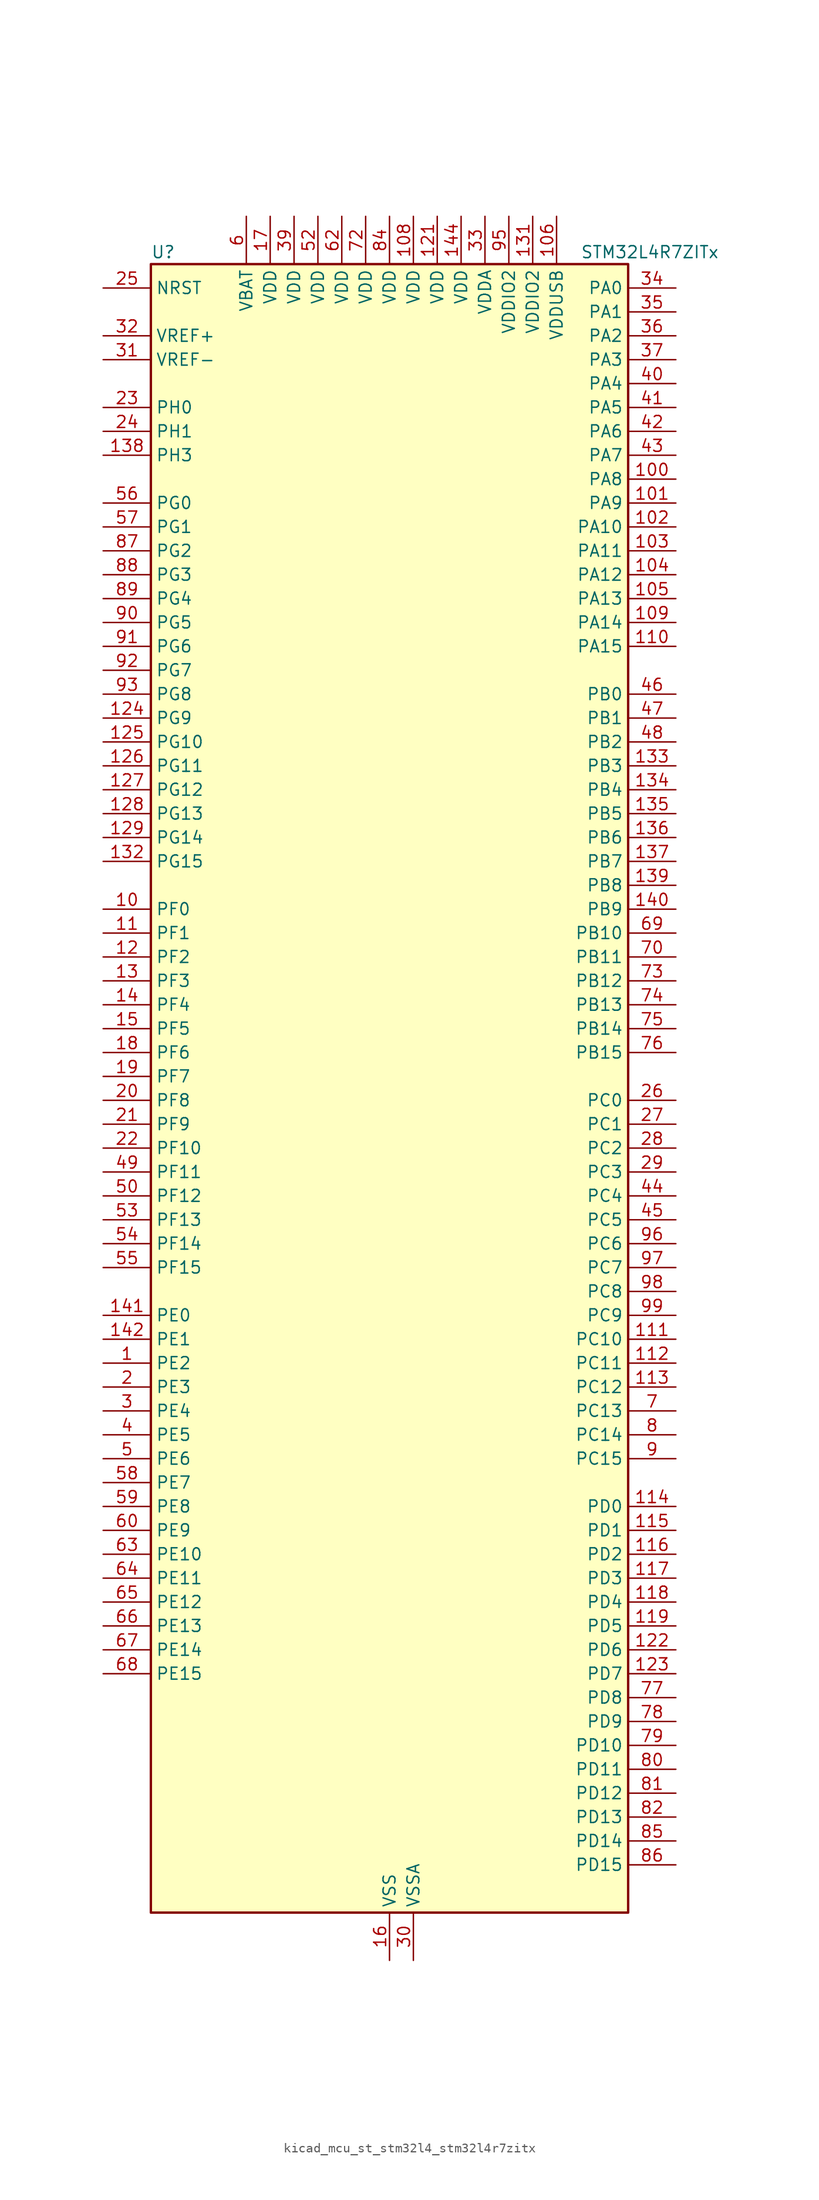
<source format=kicad_sym>
(kicad_symbol_lib
  (version 20220914)
  (generator kicad_symbol_editor)
  (symbol "kicad_mcu_st_stm32l4_stm32l4r7zitx"
    (property "Reference" "U"
      (at -25.4 90.17 0)
      (effects (font (size 1.27 1.27)) (justify left)))
    (property "Value" "STM32L4R7ZITx"
      (at 20.32 90.17 0)
      (effects (font (size 1.27 1.27)) (justify left)))
    (property "ki_locked" ""
      (at 0 0 0)
      (effects (font (size 1.27 1.27))))
    (symbol "kicad_mcu_st_stm32l4_stm32l4r7zitx_0_1"
      (rectangle (start -25.4 -86.36) (end 25.4 88.9) (stroke (width 0.254) (type default)) (fill (type background))))
    (symbol "kicad_mcu_st_stm32l4_stm32l4r7zitx_1_1"
      (pin bidirectional line (at -30.48 -27.94 0) (length 5.08) (name "PE2" (effects (font (size 1.27 1.27)))) (number "1" (effects (font (size 1.27 1.27)))) (alternate "FMC_A23" bidirectional line) (alternate "LTDC_R0" bidirectional line) (alternate "SAI1_CK1" bidirectional line) (alternate "SAI1_MCLK_A" bidirectional line) (alternate "SYS_TRACECLK" bidirectional line) (alternate "TIM3_ETR" bidirectional line) (alternate "TSC_G7_IO1" bidirectional line))
      (pin bidirectional line (at -30.48 20.32 0) (length 5.08) (name "PF0" (effects (font (size 1.27 1.27)))) (number "10" (effects (font (size 1.27 1.27)))) (alternate "FMC_A0" bidirectional line) (alternate "I2C2_SDA" bidirectional line) (alternate "OCTOSPIM_P2_IO0" bidirectional line))
      (pin bidirectional line (at 30.48 66.04 180) (length 5.08) (name "PA8" (effects (font (size 1.27 1.27)))) (number "100" (effects (font (size 1.27 1.27)))) (alternate "LPTIM2_OUT" bidirectional line) (alternate "RCC_MCO" bidirectional line) (alternate "SAI1_CK2" bidirectional line) (alternate "SAI1_SCK_A" bidirectional line) (alternate "TIM1_CH1" bidirectional line) (alternate "USART1_CK" bidirectional line) (alternate "USB_OTG_FS_SOF" bidirectional line))
      (pin bidirectional line (at 30.48 63.5 180) (length 5.08) (name "PA9" (effects (font (size 1.27 1.27)))) (number "101" (effects (font (size 1.27 1.27)))) (alternate "DAC1_EXTI9" bidirectional line) (alternate "DCMI_D0" bidirectional line) (alternate "SAI1_FS_A" bidirectional line) (alternate "SPI2_SCK" bidirectional line) (alternate "TIM15_BKIN" bidirectional line) (alternate "TIM1_CH2" bidirectional line) (alternate "USART1_TX" bidirectional line) (alternate "USB_OTG_FS_VBUS" bidirectional line))
      (pin bidirectional line (at 30.48 60.96 180) (length 5.08) (name "PA10" (effects (font (size 1.27 1.27)))) (number "102" (effects (font (size 1.27 1.27)))) (alternate "DCMI_D1" bidirectional line) (alternate "SAI1_D1" bidirectional line) (alternate "SAI1_SD_A" bidirectional line) (alternate "TIM17_BKIN" bidirectional line) (alternate "TIM1_CH3" bidirectional line) (alternate "USART1_RX" bidirectional line) (alternate "USB_OTG_FS_ID" bidirectional line))
      (pin bidirectional line (at 30.48 58.42 180) (length 5.08) (name "PA11" (effects (font (size 1.27 1.27)))) (number "103" (effects (font (size 1.27 1.27)))) (alternate "ADC1_EXTI11" bidirectional line) (alternate "CAN1_RX" bidirectional line) (alternate "SPI1_MISO" bidirectional line) (alternate "TIM1_BKIN2" bidirectional line) (alternate "TIM1_CH4" bidirectional line) (alternate "USART1_CTS" bidirectional line) (alternate "USART1_NSS" bidirectional line) (alternate "USB_OTG_FS_DM" bidirectional line))
      (pin bidirectional line (at 30.48 55.88 180) (length 5.08) (name "PA12" (effects (font (size 1.27 1.27)))) (number "104" (effects (font (size 1.27 1.27)))) (alternate "CAN1_TX" bidirectional line) (alternate "SPI1_MOSI" bidirectional line) (alternate "TIM1_ETR" bidirectional line) (alternate "USART1_DE" bidirectional line) (alternate "USART1_RTS" bidirectional line) (alternate "USB_OTG_FS_DP" bidirectional line))
      (pin bidirectional line (at 30.48 53.34 180) (length 5.08) (name "PA13" (effects (font (size 1.27 1.27)))) (number "105" (effects (font (size 1.27 1.27)))) (alternate "IR_OUT" bidirectional line) (alternate "SAI1_SD_B" bidirectional line) (alternate "SYS_JTMS-SWDIO" bidirectional line) (alternate "USB_OTG_FS_NOE" bidirectional line))
      (pin power_in line (at 17.78 93.98 270) (length 5.08) (name "VDDUSB" (effects (font (size 1.27 1.27)))) (number "106" (effects (font (size 1.27 1.27)))))
      (pin passive line (at 0 -91.44 90) (length 5.08) hide (name "VSS" (effects (font (size 1.27 1.27)))) (number "107" (effects (font (size 1.27 1.27)))))
      (pin power_in line (at 2.54 93.98 270) (length 5.08) (name "VDD" (effects (font (size 1.27 1.27)))) (number "108" (effects (font (size 1.27 1.27)))))
      (pin bidirectional line (at 30.48 50.8 180) (length 5.08) (name "PA14" (effects (font (size 1.27 1.27)))) (number "109" (effects (font (size 1.27 1.27)))) (alternate "I2C1_SMBA" bidirectional line) (alternate "I2C4_SMBA" bidirectional line) (alternate "LPTIM1_OUT" bidirectional line) (alternate "SAI1_FS_B" bidirectional line) (alternate "SYS_JTCK-SWCLK" bidirectional line) (alternate "USB_OTG_FS_SOF" bidirectional line))
      (pin bidirectional line (at -30.48 17.78 0) (length 5.08) (name "PF1" (effects (font (size 1.27 1.27)))) (number "11" (effects (font (size 1.27 1.27)))) (alternate "FMC_A1" bidirectional line) (alternate "I2C2_SCL" bidirectional line) (alternate "OCTOSPIM_P2_IO1" bidirectional line))
      (pin bidirectional line (at 30.48 48.26 180) (length 5.08) (name "PA15" (effects (font (size 1.27 1.27)))) (number "110" (effects (font (size 1.27 1.27)))) (alternate "ADC1_EXTI15" bidirectional line) (alternate "SAI2_FS_B" bidirectional line) (alternate "SPI1_NSS" bidirectional line) (alternate "SPI3_NSS" bidirectional line) (alternate "SYS_JTDI" bidirectional line) (alternate "TIM2_CH1" bidirectional line) (alternate "TIM2_ETR" bidirectional line) (alternate "TSC_G3_IO1" bidirectional line) (alternate "UART4_DE" bidirectional line) (alternate "UART4_RTS" bidirectional line) (alternate "USART2_RX" bidirectional line) (alternate "USART3_DE" bidirectional line) (alternate "USART3_RTS" bidirectional line))
      (pin bidirectional line (at 30.48 -25.4 180) (length 5.08) (name "PC10" (effects (font (size 1.27 1.27)))) (number "111" (effects (font (size 1.27 1.27)))) (alternate "DCMI_D8" bidirectional line) (alternate "SAI2_SCK_B" bidirectional line) (alternate "SDMMC1_D2" bidirectional line) (alternate "SPI3_SCK" bidirectional line) (alternate "SYS_TRACED1" bidirectional line) (alternate "TSC_G3_IO2" bidirectional line) (alternate "UART4_TX" bidirectional line) (alternate "USART3_TX" bidirectional line))
      (pin bidirectional line (at 30.48 -27.94 180) (length 5.08) (name "PC11" (effects (font (size 1.27 1.27)))) (number "112" (effects (font (size 1.27 1.27)))) (alternate "ADC1_EXTI11" bidirectional line) (alternate "DCMI_D2" bidirectional line) (alternate "DCMI_D4" bidirectional line) (alternate "OCTOSPIM_P1_NCS" bidirectional line) (alternate "SAI2_MCLK_B" bidirectional line) (alternate "SDMMC1_D3" bidirectional line) (alternate "SPI3_MISO" bidirectional line) (alternate "TSC_G3_IO3" bidirectional line) (alternate "UART4_RX" bidirectional line) (alternate "USART3_RX" bidirectional line))
      (pin bidirectional line (at 30.48 -30.48 180) (length 5.08) (name "PC12" (effects (font (size 1.27 1.27)))) (number "113" (effects (font (size 1.27 1.27)))) (alternate "DCMI_D9" bidirectional line) (alternate "SAI2_SD_B" bidirectional line) (alternate "SDMMC1_CK" bidirectional line) (alternate "SPI3_MOSI" bidirectional line) (alternate "SYS_TRACED3" bidirectional line) (alternate "TSC_G3_IO4" bidirectional line) (alternate "UART5_TX" bidirectional line) (alternate "USART3_CK" bidirectional line))
      (pin bidirectional line (at 30.48 -43.18 180) (length 5.08) (name "PD0" (effects (font (size 1.27 1.27)))) (number "114" (effects (font (size 1.27 1.27)))) (alternate "CAN1_RX" bidirectional line) (alternate "DFSDM1_DATIN7" bidirectional line) (alternate "FMC_D2" bidirectional line) (alternate "FMC_DA2" bidirectional line) (alternate "LTDC_B4" bidirectional line) (alternate "SPI2_NSS" bidirectional line))
      (pin bidirectional line (at 30.48 -45.72 180) (length 5.08) (name "PD1" (effects (font (size 1.27 1.27)))) (number "115" (effects (font (size 1.27 1.27)))) (alternate "CAN1_TX" bidirectional line) (alternate "DFSDM1_CKIN7" bidirectional line) (alternate "FMC_D3" bidirectional line) (alternate "FMC_DA3" bidirectional line) (alternate "LTDC_B5" bidirectional line) (alternate "SPI2_SCK" bidirectional line))
      (pin bidirectional line (at 30.48 -48.26 180) (length 5.08) (name "PD2" (effects (font (size 1.27 1.27)))) (number "116" (effects (font (size 1.27 1.27)))) (alternate "DCMI_D11" bidirectional line) (alternate "SDMMC1_CMD" bidirectional line) (alternate "SYS_TRACED2" bidirectional line) (alternate "TIM3_ETR" bidirectional line) (alternate "TSC_SYNC" bidirectional line) (alternate "UART5_RX" bidirectional line) (alternate "USART3_DE" bidirectional line) (alternate "USART3_RTS" bidirectional line))
      (pin bidirectional line (at 30.48 -50.8 180) (length 5.08) (name "PD3" (effects (font (size 1.27 1.27)))) (number "117" (effects (font (size 1.27 1.27)))) (alternate "DCMI_D5" bidirectional line) (alternate "DFSDM1_DATIN0" bidirectional line) (alternate "FMC_CLK" bidirectional line) (alternate "LTDC_CLK" bidirectional line) (alternate "OCTOSPIM_P2_NCS" bidirectional line) (alternate "SPI2_MISO" bidirectional line) (alternate "SPI2_SCK" bidirectional line) (alternate "USART2_CTS" bidirectional line) (alternate "USART2_NSS" bidirectional line))
      (pin bidirectional line (at 30.48 -53.34 180) (length 5.08) (name "PD4" (effects (font (size 1.27 1.27)))) (number "118" (effects (font (size 1.27 1.27)))) (alternate "DFSDM1_CKIN0" bidirectional line) (alternate "FMC_NOE" bidirectional line) (alternate "OCTOSPIM_P1_IO4" bidirectional line) (alternate "SPI2_MOSI" bidirectional line) (alternate "USART2_DE" bidirectional line) (alternate "USART2_RTS" bidirectional line))
      (pin bidirectional line (at 30.48 -55.88 180) (length 5.08) (name "PD5" (effects (font (size 1.27 1.27)))) (number "119" (effects (font (size 1.27 1.27)))) (alternate "FMC_NWE" bidirectional line) (alternate "OCTOSPIM_P1_IO5" bidirectional line) (alternate "USART2_TX" bidirectional line))
      (pin bidirectional line (at -30.48 15.24 0) (length 5.08) (name "PF2" (effects (font (size 1.27 1.27)))) (number "12" (effects (font (size 1.27 1.27)))) (alternate "FMC_A2" bidirectional line) (alternate "I2C2_SMBA" bidirectional line) (alternate "OCTOSPIM_P2_IO2" bidirectional line))
      (pin passive line (at 0 -91.44 90) (length 5.08) hide (name "VSS" (effects (font (size 1.27 1.27)))) (number "120" (effects (font (size 1.27 1.27)))))
      (pin power_in line (at 5.08 93.98 270) (length 5.08) (name "VDD" (effects (font (size 1.27 1.27)))) (number "121" (effects (font (size 1.27 1.27)))))
      (pin bidirectional line (at 30.48 -58.42 180) (length 5.08) (name "PD6" (effects (font (size 1.27 1.27)))) (number "122" (effects (font (size 1.27 1.27)))) (alternate "DCMI_D10" bidirectional line) (alternate "DFSDM1_DATIN1" bidirectional line) (alternate "FMC_NWAIT" bidirectional line) (alternate "LTDC_DE" bidirectional line) (alternate "OCTOSPIM_P1_IO6" bidirectional line) (alternate "SAI1_D1" bidirectional line) (alternate "SAI1_SD_A" bidirectional line) (alternate "SPI3_MOSI" bidirectional line) (alternate "USART2_RX" bidirectional line))
      (pin bidirectional line (at 30.48 -60.96 180) (length 5.08) (name "PD7" (effects (font (size 1.27 1.27)))) (number "123" (effects (font (size 1.27 1.27)))) (alternate "DFSDM1_CKIN1" bidirectional line) (alternate "FMC_NCE" bidirectional line) (alternate "FMC_NE1" bidirectional line) (alternate "OCTOSPIM_P1_IO7" bidirectional line) (alternate "USART2_CK" bidirectional line))
      (pin bidirectional line (at -30.48 40.64 0) (length 5.08) (name "PG9" (effects (font (size 1.27 1.27)))) (number "124" (effects (font (size 1.27 1.27)))) (alternate "DAC1_EXTI9" bidirectional line) (alternate "FMC_NCE" bidirectional line) (alternate "FMC_NE2" bidirectional line) (alternate "OCTOSPIM_P2_IO6" bidirectional line) (alternate "SAI2_SCK_A" bidirectional line) (alternate "SPI3_SCK" bidirectional line) (alternate "TIM15_CH1N" bidirectional line) (alternate "USART1_TX" bidirectional line))
      (pin bidirectional line (at -30.48 38.1 0) (length 5.08) (name "PG10" (effects (font (size 1.27 1.27)))) (number "125" (effects (font (size 1.27 1.27)))) (alternate "FMC_NE3" bidirectional line) (alternate "LPTIM1_IN1" bidirectional line) (alternate "OCTOSPIM_P2_IO7" bidirectional line) (alternate "SAI2_FS_A" bidirectional line) (alternate "SPI3_MISO" bidirectional line) (alternate "TIM15_CH1" bidirectional line) (alternate "USART1_RX" bidirectional line))
      (pin bidirectional line (at -30.48 35.56 0) (length 5.08) (name "PG11" (effects (font (size 1.27 1.27)))) (number "126" (effects (font (size 1.27 1.27)))) (alternate "ADC1_EXTI11" bidirectional line) (alternate "LPTIM1_IN2" bidirectional line) (alternate "OCTOSPIM_P1_IO5" bidirectional line) (alternate "SAI2_MCLK_A" bidirectional line) (alternate "SPI3_MOSI" bidirectional line) (alternate "TIM15_CH2" bidirectional line) (alternate "USART1_CTS" bidirectional line) (alternate "USART1_NSS" bidirectional line))
      (pin bidirectional line (at -30.48 33.02 0) (length 5.08) (name "PG12" (effects (font (size 1.27 1.27)))) (number "127" (effects (font (size 1.27 1.27)))) (alternate "FMC_NE4" bidirectional line) (alternate "LPTIM1_ETR" bidirectional line) (alternate "OCTOSPIM_P2_NCS" bidirectional line) (alternate "SAI2_SD_A" bidirectional line) (alternate "SPI3_NSS" bidirectional line) (alternate "USART1_DE" bidirectional line) (alternate "USART1_RTS" bidirectional line))
      (pin bidirectional line (at -30.48 30.48 0) (length 5.08) (name "PG13" (effects (font (size 1.27 1.27)))) (number "128" (effects (font (size 1.27 1.27)))) (alternate "FMC_A24" bidirectional line) (alternate "I2C1_SDA" bidirectional line) (alternate "LTDC_R0" bidirectional line) (alternate "USART1_CK" bidirectional line))
      (pin bidirectional line (at -30.48 27.94 0) (length 5.08) (name "PG14" (effects (font (size 1.27 1.27)))) (number "129" (effects (font (size 1.27 1.27)))) (alternate "FMC_A25" bidirectional line) (alternate "I2C1_SCL" bidirectional line) (alternate "LTDC_R1" bidirectional line))
      (pin bidirectional line (at -30.48 12.7 0) (length 5.08) (name "PF3" (effects (font (size 1.27 1.27)))) (number "13" (effects (font (size 1.27 1.27)))) (alternate "FMC_A3" bidirectional line) (alternate "OCTOSPIM_P2_IO3" bidirectional line))
      (pin passive line (at 0 -91.44 90) (length 5.08) hide (name "VSS" (effects (font (size 1.27 1.27)))) (number "130" (effects (font (size 1.27 1.27)))))
      (pin power_in line (at 15.24 93.98 270) (length 5.08) (name "VDDIO2" (effects (font (size 1.27 1.27)))) (number "131" (effects (font (size 1.27 1.27)))))
      (pin bidirectional line (at -30.48 25.4 0) (length 5.08) (name "PG15" (effects (font (size 1.27 1.27)))) (number "132" (effects (font (size 1.27 1.27)))) (alternate "ADC1_EXTI15" bidirectional line) (alternate "DCMI_D13" bidirectional line) (alternate "I2C1_SMBA" bidirectional line) (alternate "LPTIM1_OUT" bidirectional line) (alternate "OCTOSPIM_P2_DQS" bidirectional line))
      (pin bidirectional line (at 30.48 35.56 180) (length 5.08) (name "PB3" (effects (font (size 1.27 1.27)))) (number "133" (effects (font (size 1.27 1.27)))) (alternate "COMP2_INM" bidirectional line) (alternate "CRS_SYNC" bidirectional line) (alternate "SAI1_SCK_B" bidirectional line) (alternate "SPI1_SCK" bidirectional line) (alternate "SPI3_SCK" bidirectional line) (alternate "SYS_JTDO-SWO" bidirectional line) (alternate "TIM2_CH2" bidirectional line) (alternate "USART1_DE" bidirectional line) (alternate "USART1_RTS" bidirectional line))
      (pin bidirectional line (at 30.48 33.02 180) (length 5.08) (name "PB4" (effects (font (size 1.27 1.27)))) (number "134" (effects (font (size 1.27 1.27)))) (alternate "COMP2_INP" bidirectional line) (alternate "DCMI_D12" bidirectional line) (alternate "I2C3_SDA" bidirectional line) (alternate "SAI1_MCLK_B" bidirectional line) (alternate "SPI1_MISO" bidirectional line) (alternate "SPI3_MISO" bidirectional line) (alternate "SYS_JTRST" bidirectional line) (alternate "TIM17_BKIN" bidirectional line) (alternate "TIM3_CH1" bidirectional line) (alternate "TSC_G2_IO1" bidirectional line) (alternate "UART5_DE" bidirectional line) (alternate "UART5_RTS" bidirectional line) (alternate "USART1_CTS" bidirectional line) (alternate "USART1_NSS" bidirectional line))
      (pin bidirectional line (at 30.48 30.48 180) (length 5.08) (name "PB5" (effects (font (size 1.27 1.27)))) (number "135" (effects (font (size 1.27 1.27)))) (alternate "COMP2_OUT" bidirectional line) (alternate "DCMI_D10" bidirectional line) (alternate "I2C1_SMBA" bidirectional line) (alternate "LPTIM1_IN1" bidirectional line) (alternate "SAI1_SD_B" bidirectional line) (alternate "SPI1_MOSI" bidirectional line) (alternate "SPI3_MOSI" bidirectional line) (alternate "TIM16_BKIN" bidirectional line) (alternate "TIM3_CH2" bidirectional line) (alternate "TSC_G2_IO2" bidirectional line) (alternate "UART5_CTS" bidirectional line) (alternate "USART1_CK" bidirectional line))
      (pin bidirectional line (at 30.48 27.94 180) (length 5.08) (name "PB6" (effects (font (size 1.27 1.27)))) (number "136" (effects (font (size 1.27 1.27)))) (alternate "COMP2_INP" bidirectional line) (alternate "DCMI_D5" bidirectional line) (alternate "DFSDM1_DATIN5" bidirectional line) (alternate "I2C1_SCL" bidirectional line) (alternate "I2C4_SCL" bidirectional line) (alternate "LPTIM1_ETR" bidirectional line) (alternate "SAI1_FS_B" bidirectional line) (alternate "TIM16_CH1N" bidirectional line) (alternate "TIM4_CH1" bidirectional line) (alternate "TIM8_BKIN2" bidirectional line) (alternate "TSC_G2_IO3" bidirectional line) (alternate "USART1_TX" bidirectional line))
      (pin bidirectional line (at 30.48 25.4 180) (length 5.08) (name "PB7" (effects (font (size 1.27 1.27)))) (number "137" (effects (font (size 1.27 1.27)))) (alternate "COMP2_INM" bidirectional line) (alternate "DCMI_VSYNC" bidirectional line) (alternate "DFSDM1_CKIN5" bidirectional line) (alternate "FMC_NL" bidirectional line) (alternate "I2C1_SDA" bidirectional line) (alternate "I2C4_SDA" bidirectional line) (alternate "LPTIM1_IN2" bidirectional line) (alternate "SYS_PVD_IN" bidirectional line) (alternate "TIM17_CH1N" bidirectional line) (alternate "TIM4_CH2" bidirectional line) (alternate "TIM8_BKIN" bidirectional line) (alternate "TSC_G2_IO4" bidirectional line) (alternate "UART4_CTS" bidirectional line) (alternate "USART1_RX" bidirectional line))
      (pin bidirectional line (at -30.48 68.58 0) (length 5.08) (name "PH3" (effects (font (size 1.27 1.27)))) (number "138" (effects (font (size 1.27 1.27)))))
      (pin bidirectional line (at 30.48 22.86 180) (length 5.08) (name "PB8" (effects (font (size 1.27 1.27)))) (number "139" (effects (font (size 1.27 1.27)))) (alternate "CAN1_RX" bidirectional line) (alternate "DCMI_D6" bidirectional line) (alternate "DFSDM1_CKOUT" bidirectional line) (alternate "DFSDM1_DATIN6" bidirectional line) (alternate "I2C1_SCL" bidirectional line) (alternate "LTDC_B1" bidirectional line) (alternate "SAI1_CK1" bidirectional line) (alternate "SAI1_MCLK_A" bidirectional line) (alternate "SDMMC1_CKIN" bidirectional line) (alternate "SDMMC1_D4" bidirectional line) (alternate "TIM16_CH1" bidirectional line) (alternate "TIM4_CH3" bidirectional line))
      (pin bidirectional line (at -30.48 10.16 0) (length 5.08) (name "PF4" (effects (font (size 1.27 1.27)))) (number "14" (effects (font (size 1.27 1.27)))) (alternate "FMC_A4" bidirectional line) (alternate "OCTOSPIM_P2_CLK" bidirectional line))
      (pin bidirectional line (at 30.48 20.32 180) (length 5.08) (name "PB9" (effects (font (size 1.27 1.27)))) (number "140" (effects (font (size 1.27 1.27)))) (alternate "CAN1_TX" bidirectional line) (alternate "DAC1_EXTI9" bidirectional line) (alternate "DCMI_D7" bidirectional line) (alternate "DFSDM1_CKIN6" bidirectional line) (alternate "I2C1_SDA" bidirectional line) (alternate "IR_OUT" bidirectional line) (alternate "SAI1_D2" bidirectional line) (alternate "SAI1_FS_A" bidirectional line) (alternate "SDMMC1_CDIR" bidirectional line) (alternate "SDMMC1_D5" bidirectional line) (alternate "SPI2_NSS" bidirectional line) (alternate "TIM17_CH1" bidirectional line) (alternate "TIM4_CH4" bidirectional line))
      (pin bidirectional line (at -30.48 -22.86 0) (length 5.08) (name "PE0" (effects (font (size 1.27 1.27)))) (number "141" (effects (font (size 1.27 1.27)))) (alternate "DCMI_D2" bidirectional line) (alternate "FMC_NBL0" bidirectional line) (alternate "LTDC_HSYNC" bidirectional line) (alternate "TIM16_CH1" bidirectional line) (alternate "TIM4_ETR" bidirectional line))
      (pin bidirectional line (at -30.48 -25.4 0) (length 5.08) (name "PE1" (effects (font (size 1.27 1.27)))) (number "142" (effects (font (size 1.27 1.27)))) (alternate "DCMI_D3" bidirectional line) (alternate "FMC_NBL1" bidirectional line) (alternate "LTDC_VSYNC" bidirectional line) (alternate "TIM17_CH1" bidirectional line))
      (pin passive line (at 0 -91.44 90) (length 5.08) hide (name "VSS" (effects (font (size 1.27 1.27)))) (number "143" (effects (font (size 1.27 1.27)))))
      (pin power_in line (at 7.62 93.98 270) (length 5.08) (name "VDD" (effects (font (size 1.27 1.27)))) (number "144" (effects (font (size 1.27 1.27)))))
      (pin bidirectional line (at -30.48 7.62 0) (length 5.08) (name "PF5" (effects (font (size 1.27 1.27)))) (number "15" (effects (font (size 1.27 1.27)))) (alternate "FMC_A5" bidirectional line))
      (pin power_in line (at 0 -91.44 90) (length 5.08) (name "VSS" (effects (font (size 1.27 1.27)))) (number "16" (effects (font (size 1.27 1.27)))))
      (pin power_in line (at -12.7 93.98 270) (length 5.08) (name "VDD" (effects (font (size 1.27 1.27)))) (number "17" (effects (font (size 1.27 1.27)))))
      (pin bidirectional line (at -30.48 5.08 0) (length 5.08) (name "PF6" (effects (font (size 1.27 1.27)))) (number "18" (effects (font (size 1.27 1.27)))) (alternate "OCTOSPIM_P1_IO3" bidirectional line) (alternate "SAI1_SD_B" bidirectional line) (alternate "TIM5_CH1" bidirectional line) (alternate "TIM5_ETR" bidirectional line))
      (pin bidirectional line (at -30.48 2.54 0) (length 5.08) (name "PF7" (effects (font (size 1.27 1.27)))) (number "19" (effects (font (size 1.27 1.27)))) (alternate "OCTOSPIM_P1_IO2" bidirectional line) (alternate "SAI1_MCLK_B" bidirectional line) (alternate "TIM5_CH2" bidirectional line))
      (pin bidirectional line (at -30.48 -30.48 0) (length 5.08) (name "PE3" (effects (font (size 1.27 1.27)))) (number "2" (effects (font (size 1.27 1.27)))) (alternate "FMC_A19" bidirectional line) (alternate "LTDC_R1" bidirectional line) (alternate "OCTOSPIM_P1_DQS" bidirectional line) (alternate "SAI1_SD_B" bidirectional line) (alternate "SYS_TRACED0" bidirectional line) (alternate "TIM3_CH1" bidirectional line) (alternate "TSC_G7_IO2" bidirectional line))
      (pin bidirectional line (at -30.48 0 0) (length 5.08) (name "PF8" (effects (font (size 1.27 1.27)))) (number "20" (effects (font (size 1.27 1.27)))) (alternate "OCTOSPIM_P1_IO0" bidirectional line) (alternate "SAI1_SCK_B" bidirectional line) (alternate "TIM5_CH3" bidirectional line))
      (pin bidirectional line (at -30.48 -2.54 0) (length 5.08) (name "PF9" (effects (font (size 1.27 1.27)))) (number "21" (effects (font (size 1.27 1.27)))) (alternate "DAC1_EXTI9" bidirectional line) (alternate "OCTOSPIM_P1_IO1" bidirectional line) (alternate "SAI1_FS_B" bidirectional line) (alternate "TIM15_CH1" bidirectional line) (alternate "TIM5_CH4" bidirectional line))
      (pin bidirectional line (at -30.48 -5.08 0) (length 5.08) (name "PF10" (effects (font (size 1.27 1.27)))) (number "22" (effects (font (size 1.27 1.27)))) (alternate "DCMI_D11" bidirectional line) (alternate "DFSDM1_CKOUT" bidirectional line) (alternate "OCTOSPIM_P1_CLK" bidirectional line) (alternate "SAI1_D3" bidirectional line) (alternate "TIM15_CH2" bidirectional line))
      (pin bidirectional line (at -30.48 73.66 0) (length 5.08) (name "PH0" (effects (font (size 1.27 1.27)))) (number "23" (effects (font (size 1.27 1.27)))) (alternate "RCC_OSC_IN" bidirectional line))
      (pin bidirectional line (at -30.48 71.12 0) (length 5.08) (name "PH1" (effects (font (size 1.27 1.27)))) (number "24" (effects (font (size 1.27 1.27)))) (alternate "RCC_OSC_OUT" bidirectional line))
      (pin input line (at -30.48 86.36 0) (length 5.08) (name "NRST" (effects (font (size 1.27 1.27)))) (number "25" (effects (font (size 1.27 1.27)))))
      (pin bidirectional line (at 30.48 0 180) (length 5.08) (name "PC0" (effects (font (size 1.27 1.27)))) (number "26" (effects (font (size 1.27 1.27)))) (alternate "ADC1_IN1" bidirectional line) (alternate "DFSDM1_DATIN4" bidirectional line) (alternate "I2C3_SCL" bidirectional line) (alternate "LPTIM1_IN1" bidirectional line) (alternate "LPTIM2_IN1" bidirectional line) (alternate "LPUART1_RX" bidirectional line) (alternate "SAI2_FS_A" bidirectional line))
      (pin bidirectional line (at 30.48 -2.54 180) (length 5.08) (name "PC1" (effects (font (size 1.27 1.27)))) (number "27" (effects (font (size 1.27 1.27)))) (alternate "ADC1_IN2" bidirectional line) (alternate "DFSDM1_CKIN4" bidirectional line) (alternate "I2C3_SDA" bidirectional line) (alternate "LPTIM1_OUT" bidirectional line) (alternate "LPUART1_TX" bidirectional line) (alternate "OCTOSPIM_P1_IO4" bidirectional line) (alternate "SAI1_SD_A" bidirectional line) (alternate "SPI2_MOSI" bidirectional line) (alternate "SYS_TRACED0" bidirectional line))
      (pin bidirectional line (at 30.48 -5.08 180) (length 5.08) (name "PC2" (effects (font (size 1.27 1.27)))) (number "28" (effects (font (size 1.27 1.27)))) (alternate "ADC1_IN3" bidirectional line) (alternate "DFSDM1_CKOUT" bidirectional line) (alternate "LPTIM1_IN2" bidirectional line) (alternate "OCTOSPIM_P1_IO5" bidirectional line) (alternate "SPI2_MISO" bidirectional line))
      (pin bidirectional line (at 30.48 -7.62 180) (length 5.08) (name "PC3" (effects (font (size 1.27 1.27)))) (number "29" (effects (font (size 1.27 1.27)))) (alternate "ADC1_IN4" bidirectional line) (alternate "LPTIM1_ETR" bidirectional line) (alternate "LPTIM2_ETR" bidirectional line) (alternate "OCTOSPIM_P1_IO6" bidirectional line) (alternate "SAI1_D1" bidirectional line) (alternate "SAI1_SD_A" bidirectional line) (alternate "SPI2_MOSI" bidirectional line))
      (pin bidirectional line (at -30.48 -33.02 0) (length 5.08) (name "PE4" (effects (font (size 1.27 1.27)))) (number "3" (effects (font (size 1.27 1.27)))) (alternate "DCMI_D4" bidirectional line) (alternate "DFSDM1_DATIN3" bidirectional line) (alternate "FMC_A20" bidirectional line) (alternate "LTDC_B0" bidirectional line) (alternate "SAI1_D2" bidirectional line) (alternate "SAI1_FS_A" bidirectional line) (alternate "SYS_TRACED1" bidirectional line) (alternate "TIM3_CH2" bidirectional line) (alternate "TSC_G7_IO3" bidirectional line))
      (pin power_in line (at 2.54 -91.44 90) (length 5.08) (name "VSSA" (effects (font (size 1.27 1.27)))) (number "30" (effects (font (size 1.27 1.27)))))
      (pin input line (at -30.48 78.74 0) (length 5.08) (name "VREF-" (effects (font (size 1.27 1.27)))) (number "31" (effects (font (size 1.27 1.27)))))
      (pin input line (at -30.48 81.28 0) (length 5.08) (name "VREF+" (effects (font (size 1.27 1.27)))) (number "32" (effects (font (size 1.27 1.27)))) (alternate "VREFBUF_OUT" bidirectional line))
      (pin power_in line (at 10.16 93.98 270) (length 5.08) (name "VDDA" (effects (font (size 1.27 1.27)))) (number "33" (effects (font (size 1.27 1.27)))))
      (pin bidirectional line (at 30.48 86.36 180) (length 5.08) (name "PA0" (effects (font (size 1.27 1.27)))) (number "34" (effects (font (size 1.27 1.27)))) (alternate "ADC1_IN5" bidirectional line) (alternate "OPAMP1_VINP" bidirectional line) (alternate "RTC_TAMP2" bidirectional line) (alternate "SAI1_EXTCLK" bidirectional line) (alternate "SYS_WKUP1" bidirectional line) (alternate "TIM2_CH1" bidirectional line) (alternate "TIM2_ETR" bidirectional line) (alternate "TIM5_CH1" bidirectional line) (alternate "TIM8_ETR" bidirectional line) (alternate "UART4_TX" bidirectional line) (alternate "USART2_CTS" bidirectional line) (alternate "USART2_NSS" bidirectional line))
      (pin bidirectional line (at 30.48 83.82 180) (length 5.08) (name "PA1" (effects (font (size 1.27 1.27)))) (number "35" (effects (font (size 1.27 1.27)))) (alternate "ADC1_IN6" bidirectional line) (alternate "I2C1_SMBA" bidirectional line) (alternate "OCTOSPIM_P1_DQS" bidirectional line) (alternate "OPAMP1_VINM" bidirectional line) (alternate "SPI1_SCK" bidirectional line) (alternate "TIM15_CH1N" bidirectional line) (alternate "TIM2_CH2" bidirectional line) (alternate "TIM5_CH2" bidirectional line) (alternate "UART4_RX" bidirectional line) (alternate "USART2_DE" bidirectional line) (alternate "USART2_RTS" bidirectional line))
      (pin bidirectional line (at 30.48 81.28 180) (length 5.08) (name "PA2" (effects (font (size 1.27 1.27)))) (number "36" (effects (font (size 1.27 1.27)))) (alternate "ADC1_IN7" bidirectional line) (alternate "LPUART1_TX" bidirectional line) (alternate "OCTOSPIM_P1_NCS" bidirectional line) (alternate "RCC_LSCO" bidirectional line) (alternate "SAI2_EXTCLK" bidirectional line) (alternate "SYS_WKUP4" bidirectional line) (alternate "TIM15_CH1" bidirectional line) (alternate "TIM2_CH3" bidirectional line) (alternate "TIM5_CH3" bidirectional line) (alternate "USART2_TX" bidirectional line))
      (pin bidirectional line (at 30.48 78.74 180) (length 5.08) (name "PA3" (effects (font (size 1.27 1.27)))) (number "37" (effects (font (size 1.27 1.27)))) (alternate "ADC1_IN8" bidirectional line) (alternate "LPUART1_RX" bidirectional line) (alternate "OCTOSPIM_P1_CLK" bidirectional line) (alternate "OPAMP1_VOUT" bidirectional line) (alternate "SAI1_CK1" bidirectional line) (alternate "SAI1_MCLK_A" bidirectional line) (alternate "TIM15_CH2" bidirectional line) (alternate "TIM2_CH4" bidirectional line) (alternate "TIM5_CH4" bidirectional line) (alternate "USART2_RX" bidirectional line))
      (pin passive line (at 0 -91.44 90) (length 5.08) hide (name "VSS" (effects (font (size 1.27 1.27)))) (number "38" (effects (font (size 1.27 1.27)))))
      (pin power_in line (at -10.16 93.98 270) (length 5.08) (name "VDD" (effects (font (size 1.27 1.27)))) (number "39" (effects (font (size 1.27 1.27)))))
      (pin bidirectional line (at -30.48 -35.56 0) (length 5.08) (name "PE5" (effects (font (size 1.27 1.27)))) (number "4" (effects (font (size 1.27 1.27)))) (alternate "DCMI_D6" bidirectional line) (alternate "DFSDM1_CKIN3" bidirectional line) (alternate "FMC_A21" bidirectional line) (alternate "LTDC_G0" bidirectional line) (alternate "SAI1_CK2" bidirectional line) (alternate "SAI1_SCK_A" bidirectional line) (alternate "SYS_TRACED2" bidirectional line) (alternate "TIM3_CH3" bidirectional line) (alternate "TSC_G7_IO4" bidirectional line))
      (pin bidirectional line (at 30.48 76.2 180) (length 5.08) (name "PA4" (effects (font (size 1.27 1.27)))) (number "40" (effects (font (size 1.27 1.27)))) (alternate "ADC1_IN9" bidirectional line) (alternate "DAC1_OUT1" bidirectional line) (alternate "DCMI_HSYNC" bidirectional line) (alternate "LPTIM2_OUT" bidirectional line) (alternate "OCTOSPIM_P1_NCS" bidirectional line) (alternate "SAI1_FS_B" bidirectional line) (alternate "SPI1_NSS" bidirectional line) (alternate "SPI3_NSS" bidirectional line) (alternate "USART2_CK" bidirectional line))
      (pin bidirectional line (at 30.48 73.66 180) (length 5.08) (name "PA5" (effects (font (size 1.27 1.27)))) (number "41" (effects (font (size 1.27 1.27)))) (alternate "ADC1_IN10" bidirectional line) (alternate "DAC1_OUT2" bidirectional line) (alternate "LPTIM2_ETR" bidirectional line) (alternate "SPI1_SCK" bidirectional line) (alternate "TIM2_CH1" bidirectional line) (alternate "TIM2_ETR" bidirectional line) (alternate "TIM8_CH1N" bidirectional line))
      (pin bidirectional line (at 30.48 71.12 180) (length 5.08) (name "PA6" (effects (font (size 1.27 1.27)))) (number "42" (effects (font (size 1.27 1.27)))) (alternate "ADC1_IN11" bidirectional line) (alternate "DCMI_PIXCLK" bidirectional line) (alternate "LPUART1_CTS" bidirectional line) (alternate "OCTOSPIM_P1_IO3" bidirectional line) (alternate "OPAMP2_VINP" bidirectional line) (alternate "SPI1_MISO" bidirectional line) (alternate "TIM16_CH1" bidirectional line) (alternate "TIM1_BKIN" bidirectional line) (alternate "TIM3_CH1" bidirectional line) (alternate "TIM8_BKIN" bidirectional line) (alternate "USART3_CTS" bidirectional line) (alternate "USART3_NSS" bidirectional line))
      (pin bidirectional line (at 30.48 68.58 180) (length 5.08) (name "PA7" (effects (font (size 1.27 1.27)))) (number "43" (effects (font (size 1.27 1.27)))) (alternate "ADC1_IN12" bidirectional line) (alternate "I2C3_SCL" bidirectional line) (alternate "OCTOSPIM_P1_IO2" bidirectional line) (alternate "OPAMP2_VINM" bidirectional line) (alternate "SPI1_MOSI" bidirectional line) (alternate "TIM17_CH1" bidirectional line) (alternate "TIM1_CH1N" bidirectional line) (alternate "TIM3_CH2" bidirectional line) (alternate "TIM8_CH1N" bidirectional line))
      (pin bidirectional line (at 30.48 -10.16 180) (length 5.08) (name "PC4" (effects (font (size 1.27 1.27)))) (number "44" (effects (font (size 1.27 1.27)))) (alternate "ADC1_IN13" bidirectional line) (alternate "COMP1_INM" bidirectional line) (alternate "OCTOSPIM_P1_IO7" bidirectional line) (alternate "USART3_TX" bidirectional line))
      (pin bidirectional line (at 30.48 -12.7 180) (length 5.08) (name "PC5" (effects (font (size 1.27 1.27)))) (number "45" (effects (font (size 1.27 1.27)))) (alternate "ADC1_IN14" bidirectional line) (alternate "COMP1_INP" bidirectional line) (alternate "SAI1_D3" bidirectional line) (alternate "SYS_WKUP5" bidirectional line) (alternate "USART3_RX" bidirectional line))
      (pin bidirectional line (at 30.48 43.18 180) (length 5.08) (name "PB0" (effects (font (size 1.27 1.27)))) (number "46" (effects (font (size 1.27 1.27)))) (alternate "ADC1_IN15" bidirectional line) (alternate "COMP1_OUT" bidirectional line) (alternate "OCTOSPIM_P1_IO1" bidirectional line) (alternate "OPAMP2_VOUT" bidirectional line) (alternate "SAI1_EXTCLK" bidirectional line) (alternate "SPI1_NSS" bidirectional line) (alternate "TIM1_CH2N" bidirectional line) (alternate "TIM3_CH3" bidirectional line) (alternate "TIM8_CH2N" bidirectional line) (alternate "USART3_CK" bidirectional line))
      (pin bidirectional line (at 30.48 40.64 180) (length 5.08) (name "PB1" (effects (font (size 1.27 1.27)))) (number "47" (effects (font (size 1.27 1.27)))) (alternate "ADC1_IN16" bidirectional line) (alternate "COMP1_INM" bidirectional line) (alternate "DFSDM1_DATIN0" bidirectional line) (alternate "LPTIM2_IN1" bidirectional line) (alternate "LPUART1_DE" bidirectional line) (alternate "LPUART1_RTS" bidirectional line) (alternate "OCTOSPIM_P1_IO0" bidirectional line) (alternate "TIM1_CH3N" bidirectional line) (alternate "TIM3_CH4" bidirectional line) (alternate "TIM8_CH3N" bidirectional line) (alternate "USART3_DE" bidirectional line) (alternate "USART3_RTS" bidirectional line))
      (pin bidirectional line (at 30.48 38.1 180) (length 5.08) (name "PB2" (effects (font (size 1.27 1.27)))) (number "48" (effects (font (size 1.27 1.27)))) (alternate "COMP1_INP" bidirectional line) (alternate "DFSDM1_CKIN0" bidirectional line) (alternate "I2C3_SMBA" bidirectional line) (alternate "LPTIM1_OUT" bidirectional line) (alternate "LTDC_B1" bidirectional line) (alternate "OCTOSPIM_P1_DQS" bidirectional line) (alternate "RTC_OUT_ALARM" bidirectional line) (alternate "RTC_OUT_CALIB" bidirectional line))
      (pin bidirectional line (at -30.48 -7.62 0) (length 5.08) (name "PF11" (effects (font (size 1.27 1.27)))) (number "49" (effects (font (size 1.27 1.27)))) (alternate "ADC1_EXTI11" bidirectional line) (alternate "DCMI_D12" bidirectional line) (alternate "LTDC_DE" bidirectional line))
      (pin bidirectional line (at -30.48 -38.1 0) (length 5.08) (name "PE6" (effects (font (size 1.27 1.27)))) (number "5" (effects (font (size 1.27 1.27)))) (alternate "DCMI_D7" bidirectional line) (alternate "FMC_A22" bidirectional line) (alternate "LTDC_G1" bidirectional line) (alternate "RTC_TAMP3" bidirectional line) (alternate "SAI1_D1" bidirectional line) (alternate "SAI1_SD_A" bidirectional line) (alternate "SYS_TRACED3" bidirectional line) (alternate "SYS_WKUP3" bidirectional line) (alternate "TIM3_CH4" bidirectional line))
      (pin bidirectional line (at -30.48 -10.16 0) (length 5.08) (name "PF12" (effects (font (size 1.27 1.27)))) (number "50" (effects (font (size 1.27 1.27)))) (alternate "FMC_A6" bidirectional line) (alternate "LTDC_B0" bidirectional line) (alternate "OCTOSPIM_P2_DQS" bidirectional line))
      (pin passive line (at 0 -91.44 90) (length 5.08) hide (name "VSS" (effects (font (size 1.27 1.27)))) (number "51" (effects (font (size 1.27 1.27)))))
      (pin power_in line (at -7.62 93.98 270) (length 5.08) (name "VDD" (effects (font (size 1.27 1.27)))) (number "52" (effects (font (size 1.27 1.27)))))
      (pin bidirectional line (at -30.48 -12.7 0) (length 5.08) (name "PF13" (effects (font (size 1.27 1.27)))) (number "53" (effects (font (size 1.27 1.27)))) (alternate "DFSDM1_DATIN6" bidirectional line) (alternate "FMC_A7" bidirectional line) (alternate "I2C4_SMBA" bidirectional line) (alternate "LTDC_B1" bidirectional line))
      (pin bidirectional line (at -30.48 -15.24 0) (length 5.08) (name "PF14" (effects (font (size 1.27 1.27)))) (number "54" (effects (font (size 1.27 1.27)))) (alternate "DFSDM1_CKIN6" bidirectional line) (alternate "FMC_A8" bidirectional line) (alternate "I2C4_SCL" bidirectional line) (alternate "LTDC_G0" bidirectional line) (alternate "TSC_G8_IO1" bidirectional line))
      (pin bidirectional line (at -30.48 -17.78 0) (length 5.08) (name "PF15" (effects (font (size 1.27 1.27)))) (number "55" (effects (font (size 1.27 1.27)))) (alternate "ADC1_EXTI15" bidirectional line) (alternate "FMC_A9" bidirectional line) (alternate "I2C4_SDA" bidirectional line) (alternate "LTDC_G1" bidirectional line) (alternate "TSC_G8_IO2" bidirectional line))
      (pin bidirectional line (at -30.48 63.5 0) (length 5.08) (name "PG0" (effects (font (size 1.27 1.27)))) (number "56" (effects (font (size 1.27 1.27)))) (alternate "FMC_A10" bidirectional line) (alternate "OCTOSPIM_P2_IO4" bidirectional line) (alternate "TSC_G8_IO3" bidirectional line))
      (pin bidirectional line (at -30.48 60.96 0) (length 5.08) (name "PG1" (effects (font (size 1.27 1.27)))) (number "57" (effects (font (size 1.27 1.27)))) (alternate "FMC_A11" bidirectional line) (alternate "OCTOSPIM_P2_IO5" bidirectional line) (alternate "TSC_G8_IO4" bidirectional line))
      (pin bidirectional line (at -30.48 -40.64 0) (length 5.08) (name "PE7" (effects (font (size 1.27 1.27)))) (number "58" (effects (font (size 1.27 1.27)))) (alternate "DFSDM1_DATIN2" bidirectional line) (alternate "FMC_D4" bidirectional line) (alternate "FMC_DA4" bidirectional line) (alternate "LTDC_B6" bidirectional line) (alternate "SAI1_SD_B" bidirectional line) (alternate "TIM1_ETR" bidirectional line))
      (pin bidirectional line (at -30.48 -43.18 0) (length 5.08) (name "PE8" (effects (font (size 1.27 1.27)))) (number "59" (effects (font (size 1.27 1.27)))) (alternate "DFSDM1_CKIN2" bidirectional line) (alternate "FMC_D5" bidirectional line) (alternate "FMC_DA5" bidirectional line) (alternate "LTDC_B7" bidirectional line) (alternate "SAI1_SCK_B" bidirectional line) (alternate "TIM1_CH1N" bidirectional line))
      (pin power_in line (at -15.24 93.98 270) (length 5.08) (name "VBAT" (effects (font (size 1.27 1.27)))) (number "6" (effects (font (size 1.27 1.27)))))
      (pin bidirectional line (at -30.48 -45.72 0) (length 5.08) (name "PE9" (effects (font (size 1.27 1.27)))) (number "60" (effects (font (size 1.27 1.27)))) (alternate "DAC1_EXTI9" bidirectional line) (alternate "DFSDM1_CKOUT" bidirectional line) (alternate "FMC_D6" bidirectional line) (alternate "FMC_DA6" bidirectional line) (alternate "LTDC_G2" bidirectional line) (alternate "SAI1_FS_B" bidirectional line) (alternate "TIM1_CH1" bidirectional line))
      (pin passive line (at 0 -91.44 90) (length 5.08) hide (name "VSS" (effects (font (size 1.27 1.27)))) (number "61" (effects (font (size 1.27 1.27)))))
      (pin power_in line (at -5.08 93.98 270) (length 5.08) (name "VDD" (effects (font (size 1.27 1.27)))) (number "62" (effects (font (size 1.27 1.27)))))
      (pin bidirectional line (at -30.48 -48.26 0) (length 5.08) (name "PE10" (effects (font (size 1.27 1.27)))) (number "63" (effects (font (size 1.27 1.27)))) (alternate "DFSDM1_DATIN4" bidirectional line) (alternate "FMC_D7" bidirectional line) (alternate "FMC_DA7" bidirectional line) (alternate "LTDC_G3" bidirectional line) (alternate "OCTOSPIM_P1_CLK" bidirectional line) (alternate "SAI1_MCLK_B" bidirectional line) (alternate "TIM1_CH2N" bidirectional line) (alternate "TSC_G5_IO1" bidirectional line))
      (pin bidirectional line (at -30.48 -50.8 0) (length 5.08) (name "PE11" (effects (font (size 1.27 1.27)))) (number "64" (effects (font (size 1.27 1.27)))) (alternate "ADC1_EXTI11" bidirectional line) (alternate "DFSDM1_CKIN4" bidirectional line) (alternate "FMC_D8" bidirectional line) (alternate "FMC_DA8" bidirectional line) (alternate "LTDC_G4" bidirectional line) (alternate "OCTOSPIM_P1_NCS" bidirectional line) (alternate "TIM1_CH2" bidirectional line) (alternate "TSC_G5_IO2" bidirectional line))
      (pin bidirectional line (at -30.48 -53.34 0) (length 5.08) (name "PE12" (effects (font (size 1.27 1.27)))) (number "65" (effects (font (size 1.27 1.27)))) (alternate "DFSDM1_DATIN5" bidirectional line) (alternate "FMC_D9" bidirectional line) (alternate "FMC_DA9" bidirectional line) (alternate "LTDC_G5" bidirectional line) (alternate "OCTOSPIM_P1_IO0" bidirectional line) (alternate "SPI1_NSS" bidirectional line) (alternate "TIM1_CH3N" bidirectional line) (alternate "TSC_G5_IO3" bidirectional line))
      (pin bidirectional line (at -30.48 -55.88 0) (length 5.08) (name "PE13" (effects (font (size 1.27 1.27)))) (number "66" (effects (font (size 1.27 1.27)))) (alternate "DFSDM1_CKIN5" bidirectional line) (alternate "FMC_D10" bidirectional line) (alternate "FMC_DA10" bidirectional line) (alternate "LTDC_G6" bidirectional line) (alternate "OCTOSPIM_P1_IO1" bidirectional line) (alternate "SPI1_SCK" bidirectional line) (alternate "TIM1_CH3" bidirectional line) (alternate "TSC_G5_IO4" bidirectional line))
      (pin bidirectional line (at -30.48 -58.42 0) (length 5.08) (name "PE14" (effects (font (size 1.27 1.27)))) (number "67" (effects (font (size 1.27 1.27)))) (alternate "FMC_D11" bidirectional line) (alternate "FMC_DA11" bidirectional line) (alternate "LTDC_G7" bidirectional line) (alternate "OCTOSPIM_P1_IO2" bidirectional line) (alternate "SPI1_MISO" bidirectional line) (alternate "TIM1_BKIN2" bidirectional line) (alternate "TIM1_CH4" bidirectional line))
      (pin bidirectional line (at -30.48 -60.96 0) (length 5.08) (name "PE15" (effects (font (size 1.27 1.27)))) (number "68" (effects (font (size 1.27 1.27)))) (alternate "ADC1_EXTI15" bidirectional line) (alternate "FMC_D12" bidirectional line) (alternate "FMC_DA12" bidirectional line) (alternate "LTDC_R2" bidirectional line) (alternate "OCTOSPIM_P1_IO3" bidirectional line) (alternate "SPI1_MOSI" bidirectional line) (alternate "TIM1_BKIN" bidirectional line))
      (pin bidirectional line (at 30.48 17.78 180) (length 5.08) (name "PB10" (effects (font (size 1.27 1.27)))) (number "69" (effects (font (size 1.27 1.27)))) (alternate "COMP1_OUT" bidirectional line) (alternate "DFSDM1_DATIN7" bidirectional line) (alternate "I2C2_SCL" bidirectional line) (alternate "I2C4_SCL" bidirectional line) (alternate "LPUART1_RX" bidirectional line) (alternate "OCTOSPIM_P1_CLK" bidirectional line) (alternate "SAI1_SCK_A" bidirectional line) (alternate "SPI2_SCK" bidirectional line) (alternate "TIM2_CH3" bidirectional line) (alternate "TSC_SYNC" bidirectional line) (alternate "USART3_TX" bidirectional line))
      (pin bidirectional line (at 30.48 -33.02 180) (length 5.08) (name "PC13" (effects (font (size 1.27 1.27)))) (number "7" (effects (font (size 1.27 1.27)))) (alternate "RTC_OUT_ALARM" bidirectional line) (alternate "RTC_OUT_CALIB" bidirectional line) (alternate "RTC_TAMP1" bidirectional line) (alternate "RTC_TS" bidirectional line) (alternate "SYS_WKUP2" bidirectional line))
      (pin bidirectional line (at 30.48 15.24 180) (length 5.08) (name "PB11" (effects (font (size 1.27 1.27)))) (number "70" (effects (font (size 1.27 1.27)))) (alternate "ADC1_EXTI11" bidirectional line) (alternate "COMP2_OUT" bidirectional line) (alternate "DFSDM1_CKIN7" bidirectional line) (alternate "I2C2_SDA" bidirectional line) (alternate "I2C4_SDA" bidirectional line) (alternate "LPUART1_TX" bidirectional line) (alternate "OCTOSPIM_P1_NCS" bidirectional line) (alternate "TIM2_CH4" bidirectional line) (alternate "USART3_RX" bidirectional line))
      (pin passive line (at 0 -91.44 90) (length 5.08) hide (name "VSS" (effects (font (size 1.27 1.27)))) (number "71" (effects (font (size 1.27 1.27)))))
      (pin power_in line (at -2.54 93.98 270) (length 5.08) (name "VDD" (effects (font (size 1.27 1.27)))) (number "72" (effects (font (size 1.27 1.27)))))
      (pin bidirectional line (at 30.48 12.7 180) (length 5.08) (name "PB12" (effects (font (size 1.27 1.27)))) (number "73" (effects (font (size 1.27 1.27)))) (alternate "DFSDM1_DATIN1" bidirectional line) (alternate "I2C2_SMBA" bidirectional line) (alternate "LPUART1_DE" bidirectional line) (alternate "LPUART1_RTS" bidirectional line) (alternate "SAI2_FS_A" bidirectional line) (alternate "SPI2_NSS" bidirectional line) (alternate "TIM15_BKIN" bidirectional line) (alternate "TIM1_BKIN" bidirectional line) (alternate "TSC_G1_IO1" bidirectional line) (alternate "USART3_CK" bidirectional line))
      (pin bidirectional line (at 30.48 10.16 180) (length 5.08) (name "PB13" (effects (font (size 1.27 1.27)))) (number "74" (effects (font (size 1.27 1.27)))) (alternate "DFSDM1_CKIN1" bidirectional line) (alternate "I2C2_SCL" bidirectional line) (alternate "LPUART1_CTS" bidirectional line) (alternate "SAI2_SCK_A" bidirectional line) (alternate "SPI2_SCK" bidirectional line) (alternate "TIM15_CH1N" bidirectional line) (alternate "TIM1_CH1N" bidirectional line) (alternate "TSC_G1_IO2" bidirectional line) (alternate "USART3_CTS" bidirectional line) (alternate "USART3_NSS" bidirectional line))
      (pin bidirectional line (at 30.48 7.62 180) (length 5.08) (name "PB14" (effects (font (size 1.27 1.27)))) (number "75" (effects (font (size 1.27 1.27)))) (alternate "DFSDM1_DATIN2" bidirectional line) (alternate "I2C2_SDA" bidirectional line) (alternate "SAI2_MCLK_A" bidirectional line) (alternate "SPI2_MISO" bidirectional line) (alternate "TIM15_CH1" bidirectional line) (alternate "TIM1_CH2N" bidirectional line) (alternate "TIM8_CH2N" bidirectional line) (alternate "TSC_G1_IO3" bidirectional line) (alternate "USART3_DE" bidirectional line) (alternate "USART3_RTS" bidirectional line))
      (pin bidirectional line (at 30.48 5.08 180) (length 5.08) (name "PB15" (effects (font (size 1.27 1.27)))) (number "76" (effects (font (size 1.27 1.27)))) (alternate "ADC1_EXTI15" bidirectional line) (alternate "DFSDM1_CKIN2" bidirectional line) (alternate "RTC_REFIN" bidirectional line) (alternate "SAI2_SD_A" bidirectional line) (alternate "SPI2_MOSI" bidirectional line) (alternate "TIM15_CH2" bidirectional line) (alternate "TIM1_CH3N" bidirectional line) (alternate "TIM8_CH3N" bidirectional line) (alternate "TSC_G1_IO4" bidirectional line))
      (pin bidirectional line (at 30.48 -63.5 180) (length 5.08) (name "PD8" (effects (font (size 1.27 1.27)))) (number "77" (effects (font (size 1.27 1.27)))) (alternate "DCMI_HSYNC" bidirectional line) (alternate "FMC_D13" bidirectional line) (alternate "FMC_DA13" bidirectional line) (alternate "LTDC_R3" bidirectional line) (alternate "USART3_TX" bidirectional line))
      (pin bidirectional line (at 30.48 -66.04 180) (length 5.08) (name "PD9" (effects (font (size 1.27 1.27)))) (number "78" (effects (font (size 1.27 1.27)))) (alternate "DAC1_EXTI9" bidirectional line) (alternate "DCMI_PIXCLK" bidirectional line) (alternate "FMC_D14" bidirectional line) (alternate "FMC_DA14" bidirectional line) (alternate "LTDC_R4" bidirectional line) (alternate "SAI2_MCLK_A" bidirectional line) (alternate "USART3_RX" bidirectional line))
      (pin bidirectional line (at 30.48 -68.58 180) (length 5.08) (name "PD10" (effects (font (size 1.27 1.27)))) (number "79" (effects (font (size 1.27 1.27)))) (alternate "FMC_D15" bidirectional line) (alternate "FMC_DA15" bidirectional line) (alternate "LTDC_R5" bidirectional line) (alternate "SAI2_SCK_A" bidirectional line) (alternate "TSC_G6_IO1" bidirectional line) (alternate "USART3_CK" bidirectional line))
      (pin bidirectional line (at 30.48 -35.56 180) (length 5.08) (name "PC14" (effects (font (size 1.27 1.27)))) (number "8" (effects (font (size 1.27 1.27)))) (alternate "RCC_OSC32_IN" bidirectional line))
      (pin bidirectional line (at 30.48 -71.12 180) (length 5.08) (name "PD11" (effects (font (size 1.27 1.27)))) (number "80" (effects (font (size 1.27 1.27)))) (alternate "ADC1_EXTI11" bidirectional line) (alternate "FMC_A16" bidirectional line) (alternate "FMC_CLE" bidirectional line) (alternate "I2C4_SMBA" bidirectional line) (alternate "LPTIM2_ETR" bidirectional line) (alternate "LTDC_R6" bidirectional line) (alternate "SAI2_SD_A" bidirectional line) (alternate "TSC_G6_IO2" bidirectional line) (alternate "USART3_CTS" bidirectional line) (alternate "USART3_NSS" bidirectional line))
      (pin bidirectional line (at 30.48 -73.66 180) (length 5.08) (name "PD12" (effects (font (size 1.27 1.27)))) (number "81" (effects (font (size 1.27 1.27)))) (alternate "FMC_A17" bidirectional line) (alternate "FMC_ALE" bidirectional line) (alternate "I2C4_SCL" bidirectional line) (alternate "LPTIM2_IN1" bidirectional line) (alternate "LTDC_R7" bidirectional line) (alternate "SAI2_FS_A" bidirectional line) (alternate "TIM4_CH1" bidirectional line) (alternate "TSC_G6_IO3" bidirectional line) (alternate "USART3_DE" bidirectional line) (alternate "USART3_RTS" bidirectional line))
      (pin bidirectional line (at 30.48 -76.2 180) (length 5.08) (name "PD13" (effects (font (size 1.27 1.27)))) (number "82" (effects (font (size 1.27 1.27)))) (alternate "FMC_A18" bidirectional line) (alternate "I2C4_SDA" bidirectional line) (alternate "LPTIM2_OUT" bidirectional line) (alternate "TIM4_CH2" bidirectional line) (alternate "TSC_G6_IO4" bidirectional line))
      (pin passive line (at 0 -91.44 90) (length 5.08) hide (name "VSS" (effects (font (size 1.27 1.27)))) (number "83" (effects (font (size 1.27 1.27)))))
      (pin power_in line (at 0 93.98 270) (length 5.08) (name "VDD" (effects (font (size 1.27 1.27)))) (number "84" (effects (font (size 1.27 1.27)))))
      (pin bidirectional line (at 30.48 -78.74 180) (length 5.08) (name "PD14" (effects (font (size 1.27 1.27)))) (number "85" (effects (font (size 1.27 1.27)))) (alternate "FMC_D0" bidirectional line) (alternate "FMC_DA0" bidirectional line) (alternate "LTDC_B2" bidirectional line) (alternate "TIM4_CH3" bidirectional line))
      (pin bidirectional line (at 30.48 -81.28 180) (length 5.08) (name "PD15" (effects (font (size 1.27 1.27)))) (number "86" (effects (font (size 1.27 1.27)))) (alternate "ADC1_EXTI15" bidirectional line) (alternate "FMC_D1" bidirectional line) (alternate "FMC_DA1" bidirectional line) (alternate "LTDC_B3" bidirectional line) (alternate "TIM4_CH4" bidirectional line))
      (pin bidirectional line (at -30.48 58.42 0) (length 5.08) (name "PG2" (effects (font (size 1.27 1.27)))) (number "87" (effects (font (size 1.27 1.27)))) (alternate "FMC_A12" bidirectional line) (alternate "SAI2_SCK_B" bidirectional line) (alternate "SPI1_SCK" bidirectional line))
      (pin bidirectional line (at -30.48 55.88 0) (length 5.08) (name "PG3" (effects (font (size 1.27 1.27)))) (number "88" (effects (font (size 1.27 1.27)))) (alternate "FMC_A13" bidirectional line) (alternate "SAI2_FS_B" bidirectional line) (alternate "SPI1_MISO" bidirectional line))
      (pin bidirectional line (at -30.48 53.34 0) (length 5.08) (name "PG4" (effects (font (size 1.27 1.27)))) (number "89" (effects (font (size 1.27 1.27)))) (alternate "FMC_A14" bidirectional line) (alternate "SAI2_MCLK_B" bidirectional line) (alternate "SPI1_MOSI" bidirectional line))
      (pin bidirectional line (at 30.48 -38.1 180) (length 5.08) (name "PC15" (effects (font (size 1.27 1.27)))) (number "9" (effects (font (size 1.27 1.27)))) (alternate "ADC1_EXTI15" bidirectional line) (alternate "RCC_OSC32_OUT" bidirectional line))
      (pin bidirectional line (at -30.48 50.8 0) (length 5.08) (name "PG5" (effects (font (size 1.27 1.27)))) (number "90" (effects (font (size 1.27 1.27)))) (alternate "FMC_A15" bidirectional line) (alternate "LPUART1_CTS" bidirectional line) (alternate "SAI2_SD_B" bidirectional line) (alternate "SPI1_NSS" bidirectional line))
      (pin bidirectional line (at -30.48 48.26 0) (length 5.08) (name "PG6" (effects (font (size 1.27 1.27)))) (number "91" (effects (font (size 1.27 1.27)))) (alternate "I2C3_SMBA" bidirectional line) (alternate "LPUART1_DE" bidirectional line) (alternate "LPUART1_RTS" bidirectional line) (alternate "LTDC_R1" bidirectional line) (alternate "OCTOSPIM_P1_DQS" bidirectional line))
      (pin bidirectional line (at -30.48 45.72 0) (length 5.08) (name "PG7" (effects (font (size 1.27 1.27)))) (number "92" (effects (font (size 1.27 1.27)))) (alternate "DFSDM1_CKOUT" bidirectional line) (alternate "FMC_INT" bidirectional line) (alternate "I2C3_SCL" bidirectional line) (alternate "LPUART1_TX" bidirectional line) (alternate "OCTOSPIM_P2_DQS" bidirectional line) (alternate "SAI1_CK1" bidirectional line) (alternate "SAI1_MCLK_A" bidirectional line))
      (pin bidirectional line (at -30.48 43.18 0) (length 5.08) (name "PG8" (effects (font (size 1.27 1.27)))) (number "93" (effects (font (size 1.27 1.27)))) (alternate "I2C3_SDA" bidirectional line) (alternate "LPUART1_RX" bidirectional line))
      (pin passive line (at 0 -91.44 90) (length 5.08) hide (name "VSS" (effects (font (size 1.27 1.27)))) (number "94" (effects (font (size 1.27 1.27)))))
      (pin power_in line (at 12.7 93.98 270) (length 5.08) (name "VDDIO2" (effects (font (size 1.27 1.27)))) (number "95" (effects (font (size 1.27 1.27)))))
      (pin bidirectional line (at 30.48 -15.24 180) (length 5.08) (name "PC6" (effects (font (size 1.27 1.27)))) (number "96" (effects (font (size 1.27 1.27)))) (alternate "DCMI_D0" bidirectional line) (alternate "DFSDM1_CKIN3" bidirectional line) (alternate "LTDC_R0" bidirectional line) (alternate "SAI2_MCLK_A" bidirectional line) (alternate "SDMMC1_D0DIR" bidirectional line) (alternate "SDMMC1_D6" bidirectional line) (alternate "TIM3_CH1" bidirectional line) (alternate "TIM8_CH1" bidirectional line) (alternate "TSC_G4_IO1" bidirectional line))
      (pin bidirectional line (at 30.48 -17.78 180) (length 5.08) (name "PC7" (effects (font (size 1.27 1.27)))) (number "97" (effects (font (size 1.27 1.27)))) (alternate "DCMI_D1" bidirectional line) (alternate "DFSDM1_DATIN3" bidirectional line) (alternate "LTDC_R1" bidirectional line) (alternate "SAI2_MCLK_B" bidirectional line) (alternate "SDMMC1_D123DIR" bidirectional line) (alternate "SDMMC1_D7" bidirectional line) (alternate "TIM3_CH2" bidirectional line) (alternate "TIM8_CH2" bidirectional line) (alternate "TSC_G4_IO2" bidirectional line))
      (pin bidirectional line (at 30.48 -20.32 180) (length 5.08) (name "PC8" (effects (font (size 1.27 1.27)))) (number "98" (effects (font (size 1.27 1.27)))) (alternate "DCMI_D2" bidirectional line) (alternate "SDMMC1_D0" bidirectional line) (alternate "TIM3_CH3" bidirectional line) (alternate "TIM8_CH3" bidirectional line) (alternate "TSC_G4_IO3" bidirectional line))
      (pin bidirectional line (at 30.48 -22.86 180) (length 5.08) (name "PC9" (effects (font (size 1.27 1.27)))) (number "99" (effects (font (size 1.27 1.27)))) (alternate "DAC1_EXTI9" bidirectional line) (alternate "DCMI_D3" bidirectional line) (alternate "I2C3_SDA" bidirectional line) (alternate "SAI2_EXTCLK" bidirectional line) (alternate "SDMMC1_D1" bidirectional line) (alternate "SYS_TRACED0" bidirectional line) (alternate "TIM3_CH4" bidirectional line) (alternate "TIM8_BKIN2" bidirectional line) (alternate "TIM8_CH4" bidirectional line) (alternate "TSC_G4_IO4" bidirectional line) (alternate "USB_OTG_FS_NOE" bidirectional line)))))
</source>
